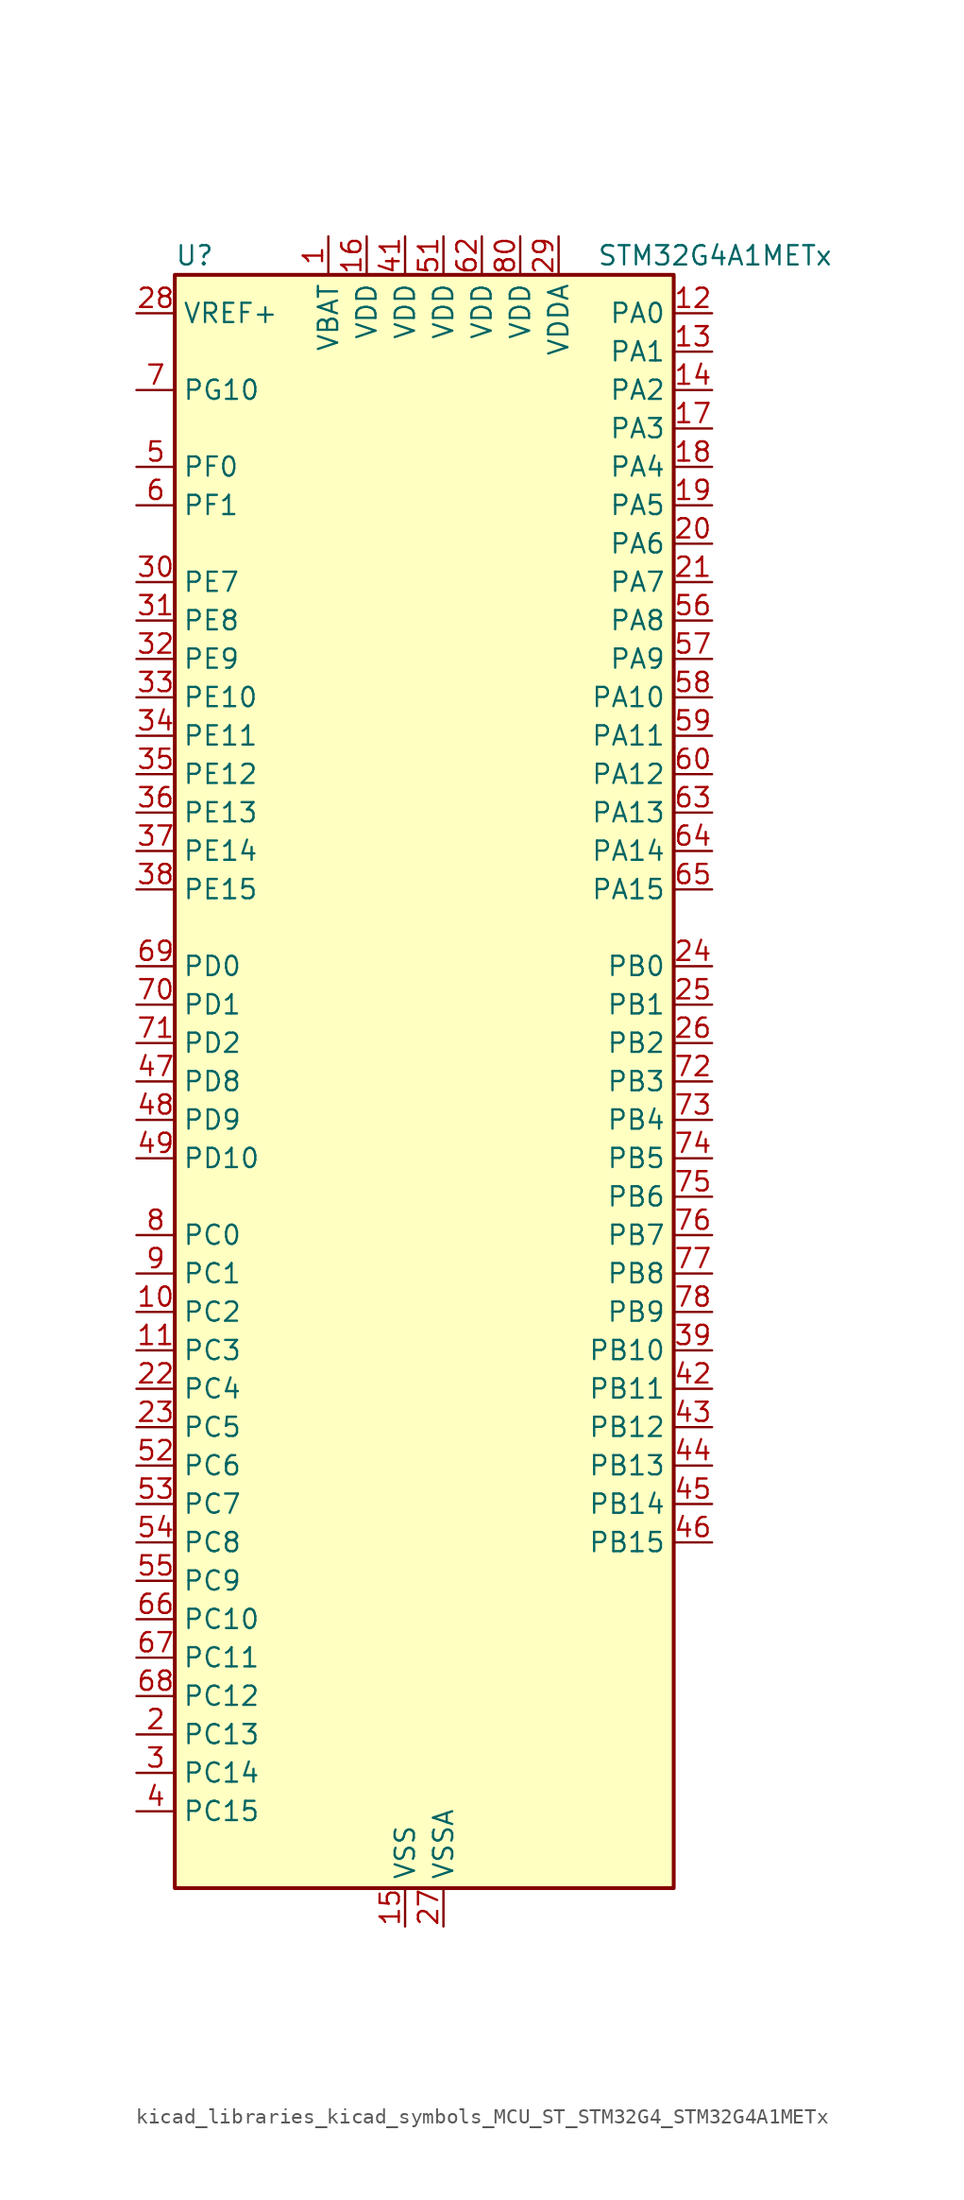
<source format=kicad_sym>
(kicad_symbol_lib
  (version 20220914)
  (generator kicad_symbol_editor)
  (symbol "kicad_libraries_kicad_symbols_MCU_ST_STM32G4_STM32G4A1METx"
    (property "Reference" "U"
      (at -15.24 54.61 0)
      (effects (font (size 1.27 1.27)) (justify left)))
    (property "Value" "STM32G4A1METx"
      (at 12.7 54.61 0)
      (effects (font (size 1.27 1.27)) (justify left)))
    (property "ki_locked" ""
      (at 0 0 0)
      (effects (font (size 1.27 1.27))))
    (symbol "kicad_libraries_kicad_symbols_MCU_ST_STM32G4_STM32G4A1METx_0_1"
      (rectangle (start -15.24 -53.34) (end 17.78 53.34) (stroke (width 0.254) (type default)) (fill (type background))))
    (symbol "kicad_libraries_kicad_symbols_MCU_ST_STM32G4_STM32G4A1METx_1_1"
      (pin power_in line (at -5.08 55.88 270) (length 2.54) (name "VBAT" (effects (font (size 1.27 1.27)))) (number "1" (effects (font (size 1.27 1.27)))))
      (pin bidirectional line (at -17.78 -15.24 0) (length 2.54) (name "PC2" (effects (font (size 1.27 1.27)))) (number "10" (effects (font (size 1.27 1.27)))) (alternate "ADC1_IN8" bidirectional line) (alternate "ADC2_IN8" bidirectional line) (alternate "ADC3_EXTI2" bidirectional line) (alternate "COMP3_OUT" bidirectional line) (alternate "LPTIM1_IN2" bidirectional line) (alternate "QUADSPI1_BK2_IO1" bidirectional line) (alternate "TIM1_CH3" bidirectional line) (alternate "TIM20_CH2" bidirectional line))
      (pin bidirectional line (at -17.78 -17.78 0) (length 2.54) (name "PC3" (effects (font (size 1.27 1.27)))) (number "11" (effects (font (size 1.27 1.27)))) (alternate "ADC1_IN9" bidirectional line) (alternate "ADC2_IN9" bidirectional line) (alternate "ADC3_EXTI3" bidirectional line) (alternate "LPTIM1_ETR" bidirectional line) (alternate "QUADSPI1_BK2_IO2" bidirectional line) (alternate "SAI1_D1" bidirectional line) (alternate "SAI1_SD_A" bidirectional line) (alternate "TIM1_BKIN2" bidirectional line) (alternate "TIM1_CH4" bidirectional line))
      (pin bidirectional line (at 20.32 50.8 180) (length 2.54) (name "PA0" (effects (font (size 1.27 1.27)))) (number "12" (effects (font (size 1.27 1.27)))) (alternate "ADC1_IN1" bidirectional line) (alternate "ADC2_IN1" bidirectional line) (alternate "COMP1_INM" bidirectional line) (alternate "COMP1_OUT" bidirectional line) (alternate "COMP3_INP" bidirectional line) (alternate "RTC_TAMP2" bidirectional line) (alternate "SYS_WKUP1" bidirectional line) (alternate "TIM2_CH1" bidirectional line) (alternate "TIM2_ETR" bidirectional line) (alternate "TIM8_BKIN" bidirectional line) (alternate "TIM8_ETR" bidirectional line) (alternate "USART2_CTS" bidirectional line) (alternate "USART2_NSS" bidirectional line))
      (pin bidirectional line (at 20.32 48.26 180) (length 2.54) (name "PA1" (effects (font (size 1.27 1.27)))) (number "13" (effects (font (size 1.27 1.27)))) (alternate "ADC1_IN2" bidirectional line) (alternate "ADC2_IN2" bidirectional line) (alternate "COMP1_INP" bidirectional line) (alternate "OPAMP1_VINP" bidirectional line) (alternate "OPAMP1_VINP_SEC" bidirectional line) (alternate "OPAMP3_VINP" bidirectional line) (alternate "OPAMP3_VINP_SEC" bidirectional line) (alternate "OPAMP6_VINM" bidirectional line) (alternate "OPAMP6_VINM0" bidirectional line) (alternate "OPAMP6_VINM_SEC" bidirectional line) (alternate "RTC_REFIN" bidirectional line) (alternate "TIM15_CH1N" bidirectional line) (alternate "TIM2_CH2" bidirectional line) (alternate "USART2_DE" bidirectional line) (alternate "USART2_RTS" bidirectional line))
      (pin bidirectional line (at 20.32 45.72 180) (length 2.54) (name "PA2" (effects (font (size 1.27 1.27)))) (number "14" (effects (font (size 1.27 1.27)))) (alternate "ADC1_IN3" bidirectional line) (alternate "ADC3_EXTI2" bidirectional line) (alternate "COMP2_INM" bidirectional line) (alternate "COMP2_OUT" bidirectional line) (alternate "LPUART1_TX" bidirectional line) (alternate "OPAMP1_VOUT" bidirectional line) (alternate "QUADSPI1_BK1_NCS" bidirectional line) (alternate "RCC_LSCO" bidirectional line) (alternate "SYS_WKUP4" bidirectional line) (alternate "TIM15_CH1" bidirectional line) (alternate "TIM2_CH3" bidirectional line) (alternate "UCPD1_FRSTX1" bidirectional line) (alternate "UCPD1_FRSTX2" bidirectional line) (alternate "USART2_TX" bidirectional line))
      (pin power_in line (at 0 -55.88 90) (length 2.54) (name "VSS" (effects (font (size 1.27 1.27)))) (number "15" (effects (font (size 1.27 1.27)))))
      (pin power_in line (at -2.54 55.88 270) (length 2.54) (name "VDD" (effects (font (size 1.27 1.27)))) (number "16" (effects (font (size 1.27 1.27)))))
      (pin bidirectional line (at 20.32 43.18 180) (length 2.54) (name "PA3" (effects (font (size 1.27 1.27)))) (number "17" (effects (font (size 1.27 1.27)))) (alternate "ADC1_IN4" bidirectional line) (alternate "ADC3_EXTI3" bidirectional line) (alternate "COMP2_INP" bidirectional line) (alternate "LPUART1_RX" bidirectional line) (alternate "OPAMP1_VINM" bidirectional line) (alternate "OPAMP1_VINM0" bidirectional line) (alternate "OPAMP1_VINM_SEC" bidirectional line) (alternate "OPAMP1_VINP" bidirectional line) (alternate "OPAMP1_VINP_SEC" bidirectional line) (alternate "QUADSPI1_CLK" bidirectional line) (alternate "SAI1_CK1" bidirectional line) (alternate "SAI1_MCLK_A" bidirectional line) (alternate "TIM15_CH2" bidirectional line) (alternate "TIM2_CH4" bidirectional line) (alternate "USART2_RX" bidirectional line))
      (pin bidirectional line (at 20.32 40.64 180) (length 2.54) (name "PA4" (effects (font (size 1.27 1.27)))) (number "18" (effects (font (size 1.27 1.27)))) (alternate "ADC2_IN17" bidirectional line) (alternate "COMP1_INM" bidirectional line) (alternate "DAC1_OUT1" bidirectional line) (alternate "I2S3_WS" bidirectional line) (alternate "SAI1_FS_B" bidirectional line) (alternate "SPI1_NSS" bidirectional line) (alternate "SPI3_NSS" bidirectional line) (alternate "TIM3_CH2" bidirectional line) (alternate "USART2_CK" bidirectional line))
      (pin bidirectional line (at 20.32 38.1 180) (length 2.54) (name "PA5" (effects (font (size 1.27 1.27)))) (number "19" (effects (font (size 1.27 1.27)))) (alternate "ADC2_IN13" bidirectional line) (alternate "COMP2_INM" bidirectional line) (alternate "DAC1_OUT2" bidirectional line) (alternate "OPAMP2_VINM" bidirectional line) (alternate "OPAMP2_VINM0" bidirectional line) (alternate "OPAMP2_VINM_SEC" bidirectional line) (alternate "SPI1_SCK" bidirectional line) (alternate "TIM2_CH1" bidirectional line) (alternate "TIM2_ETR" bidirectional line) (alternate "UCPD1_FRSTX1" bidirectional line) (alternate "UCPD1_FRSTX2" bidirectional line))
      (pin bidirectional line (at -17.78 -43.18 0) (length 2.54) (name "PC13" (effects (font (size 1.27 1.27)))) (number "2" (effects (font (size 1.27 1.27)))) (alternate "RTC_OUT1" bidirectional line) (alternate "RTC_TAMP1" bidirectional line) (alternate "RTC_TS" bidirectional line) (alternate "SYS_WKUP2" bidirectional line) (alternate "TIM1_BKIN" bidirectional line) (alternate "TIM1_CH1N" bidirectional line) (alternate "TIM8_CH4N" bidirectional line))
      (pin bidirectional line (at 20.32 35.56 180) (length 2.54) (name "PA6" (effects (font (size 1.27 1.27)))) (number "20" (effects (font (size 1.27 1.27)))) (alternate "ADC2_IN3" bidirectional line) (alternate "COMP1_OUT" bidirectional line) (alternate "LPUART1_CTS" bidirectional line) (alternate "OPAMP2_VOUT" bidirectional line) (alternate "QUADSPI1_BK1_IO3" bidirectional line) (alternate "SPI1_MISO" bidirectional line) (alternate "TIM16_CH1" bidirectional line) (alternate "TIM1_BKIN" bidirectional line) (alternate "TIM3_CH1" bidirectional line) (alternate "TIM8_BKIN" bidirectional line))
      (pin bidirectional line (at 20.32 33.02 180) (length 2.54) (name "PA7" (effects (font (size 1.27 1.27)))) (number "21" (effects (font (size 1.27 1.27)))) (alternate "ADC2_IN4" bidirectional line) (alternate "COMP2_INP" bidirectional line) (alternate "COMP2_OUT" bidirectional line) (alternate "OPAMP1_VINP" bidirectional line) (alternate "OPAMP1_VINP_SEC" bidirectional line) (alternate "OPAMP2_VINP" bidirectional line) (alternate "OPAMP2_VINP_SEC" bidirectional line) (alternate "QUADSPI1_BK1_IO2" bidirectional line) (alternate "SPI1_MOSI" bidirectional line) (alternate "TIM17_CH1" bidirectional line) (alternate "TIM1_CH1N" bidirectional line) (alternate "TIM3_CH2" bidirectional line) (alternate "TIM8_CH1N" bidirectional line) (alternate "UCPD1_FRSTX1" bidirectional line) (alternate "UCPD1_FRSTX2" bidirectional line))
      (pin bidirectional line (at -17.78 -20.32 0) (length 2.54) (name "PC4" (effects (font (size 1.27 1.27)))) (number "22" (effects (font (size 1.27 1.27)))) (alternate "ADC2_IN5" bidirectional line) (alternate "I2C2_SCL" bidirectional line) (alternate "QUADSPI1_BK2_IO3" bidirectional line) (alternate "TIM1_ETR" bidirectional line) (alternate "USART1_TX" bidirectional line))
      (pin bidirectional line (at -17.78 -22.86 0) (length 2.54) (name "PC5" (effects (font (size 1.27 1.27)))) (number "23" (effects (font (size 1.27 1.27)))) (alternate "ADC2_IN11" bidirectional line) (alternate "OPAMP1_VINM" bidirectional line) (alternate "OPAMP1_VINM1" bidirectional line) (alternate "OPAMP1_VINM_SEC" bidirectional line) (alternate "OPAMP2_VINM" bidirectional line) (alternate "OPAMP2_VINM1" bidirectional line) (alternate "OPAMP2_VINM_SEC" bidirectional line) (alternate "SAI1_D3" bidirectional line) (alternate "SYS_WKUP5" bidirectional line) (alternate "TIM15_BKIN" bidirectional line) (alternate "TIM1_CH4N" bidirectional line) (alternate "USART1_RX" bidirectional line))
      (pin bidirectional line (at 20.32 7.62 180) (length 2.54) (name "PB0" (effects (font (size 1.27 1.27)))) (number "24" (effects (font (size 1.27 1.27)))) (alternate "ADC1_IN15" bidirectional line) (alternate "ADC3_IN12" bidirectional line) (alternate "COMP4_INP" bidirectional line) (alternate "OPAMP2_VINP" bidirectional line) (alternate "OPAMP2_VINP_SEC" bidirectional line) (alternate "OPAMP3_VINP" bidirectional line) (alternate "OPAMP3_VINP_SEC" bidirectional line) (alternate "QUADSPI1_BK1_IO1" bidirectional line) (alternate "TIM1_CH2N" bidirectional line) (alternate "TIM3_CH3" bidirectional line) (alternate "TIM8_CH2N" bidirectional line) (alternate "UCPD1_FRSTX1" bidirectional line) (alternate "UCPD1_FRSTX2" bidirectional line))
      (pin bidirectional line (at 20.32 5.08 180) (length 2.54) (name "PB1" (effects (font (size 1.27 1.27)))) (number "25" (effects (font (size 1.27 1.27)))) (alternate "ADC1_IN12" bidirectional line) (alternate "ADC3_IN1" bidirectional line) (alternate "COMP1_INP" bidirectional line) (alternate "COMP4_OUT" bidirectional line) (alternate "LPUART1_DE" bidirectional line) (alternate "LPUART1_RTS" bidirectional line) (alternate "OPAMP3_VOUT" bidirectional line) (alternate "OPAMP6_VINM" bidirectional line) (alternate "OPAMP6_VINM1" bidirectional line) (alternate "OPAMP6_VINM_SEC" bidirectional line) (alternate "QUADSPI1_BK1_IO0" bidirectional line) (alternate "TIM1_CH3N" bidirectional line) (alternate "TIM3_CH4" bidirectional line) (alternate "TIM8_CH3N" bidirectional line))
      (pin bidirectional line (at 20.32 2.54 180) (length 2.54) (name "PB2" (effects (font (size 1.27 1.27)))) (number "26" (effects (font (size 1.27 1.27)))) (alternate "ADC2_IN12" bidirectional line) (alternate "ADC3_EXTI2" bidirectional line) (alternate "COMP4_INM" bidirectional line) (alternate "I2C3_SMBA" bidirectional line) (alternate "LPTIM1_OUT" bidirectional line) (alternate "OPAMP3_VINM" bidirectional line) (alternate "OPAMP3_VINM0" bidirectional line) (alternate "OPAMP3_VINM_SEC" bidirectional line) (alternate "QUADSPI1_BK2_IO1" bidirectional line) (alternate "RTC_OUT2" bidirectional line) (alternate "TIM20_CH1" bidirectional line))
      (pin power_in line (at 2.54 -55.88 90) (length 2.54) (name "VSSA" (effects (font (size 1.27 1.27)))) (number "27" (effects (font (size 1.27 1.27)))))
      (pin input line (at -17.78 50.8 0) (length 2.54) (name "VREF+" (effects (font (size 1.27 1.27)))) (number "28" (effects (font (size 1.27 1.27)))) (alternate "VREFBUF_OUT" bidirectional line))
      (pin power_in line (at 10.16 55.88 270) (length 2.54) (name "VDDA" (effects (font (size 1.27 1.27)))) (number "29" (effects (font (size 1.27 1.27)))))
      (pin bidirectional line (at -17.78 -45.72 0) (length 2.54) (name "PC14" (effects (font (size 1.27 1.27)))) (number "3" (effects (font (size 1.27 1.27)))) (alternate "RCC_OSC32_IN" bidirectional line))
      (pin bidirectional line (at -17.78 33.02 0) (length 2.54) (name "PE7" (effects (font (size 1.27 1.27)))) (number "30" (effects (font (size 1.27 1.27)))) (alternate "ADC3_IN4" bidirectional line) (alternate "COMP4_INP" bidirectional line) (alternate "SAI1_SD_B" bidirectional line) (alternate "TIM1_ETR" bidirectional line))
      (pin bidirectional line (at -17.78 30.48 0) (length 2.54) (name "PE8" (effects (font (size 1.27 1.27)))) (number "31" (effects (font (size 1.27 1.27)))) (alternate "ADC3_IN6" bidirectional line) (alternate "COMP4_INM" bidirectional line) (alternate "SAI1_SCK_B" bidirectional line) (alternate "TIM1_CH1N" bidirectional line))
      (pin bidirectional line (at -17.78 27.94 0) (length 2.54) (name "PE9" (effects (font (size 1.27 1.27)))) (number "32" (effects (font (size 1.27 1.27)))) (alternate "ADC3_IN2" bidirectional line) (alternate "DAC1_EXTI9" bidirectional line) (alternate "DAC3_EXTI9" bidirectional line) (alternate "SAI1_FS_B" bidirectional line) (alternate "TIM1_CH1" bidirectional line))
      (pin bidirectional line (at -17.78 25.4 0) (length 2.54) (name "PE10" (effects (font (size 1.27 1.27)))) (number "33" (effects (font (size 1.27 1.27)))) (alternate "ADC3_IN14" bidirectional line) (alternate "DAC1_EXTI10" bidirectional line) (alternate "DAC3_EXTI10" bidirectional line) (alternate "QUADSPI1_CLK" bidirectional line) (alternate "SAI1_MCLK_B" bidirectional line) (alternate "TIM1_CH2N" bidirectional line))
      (pin bidirectional line (at -17.78 22.86 0) (length 2.54) (name "PE11" (effects (font (size 1.27 1.27)))) (number "34" (effects (font (size 1.27 1.27)))) (alternate "ADC1_EXTI11" bidirectional line) (alternate "ADC2_EXTI11" bidirectional line) (alternate "ADC3_IN15" bidirectional line) (alternate "QUADSPI1_BK1_NCS" bidirectional line) (alternate "TIM1_CH2" bidirectional line))
      (pin bidirectional line (at -17.78 20.32 0) (length 2.54) (name "PE12" (effects (font (size 1.27 1.27)))) (number "35" (effects (font (size 1.27 1.27)))) (alternate "ADC3_IN16" bidirectional line) (alternate "QUADSPI1_BK1_IO0" bidirectional line) (alternate "TIM1_CH3N" bidirectional line))
      (pin bidirectional line (at -17.78 17.78 0) (length 2.54) (name "PE13" (effects (font (size 1.27 1.27)))) (number "36" (effects (font (size 1.27 1.27)))) (alternate "ADC3_IN3" bidirectional line) (alternate "QUADSPI1_BK1_IO1" bidirectional line) (alternate "TIM1_CH3" bidirectional line))
      (pin bidirectional line (at -17.78 15.24 0) (length 2.54) (name "PE14" (effects (font (size 1.27 1.27)))) (number "37" (effects (font (size 1.27 1.27)))) (alternate "QUADSPI1_BK1_IO2" bidirectional line) (alternate "TIM1_BKIN2" bidirectional line) (alternate "TIM1_CH4" bidirectional line))
      (pin bidirectional line (at -17.78 12.7 0) (length 2.54) (name "PE15" (effects (font (size 1.27 1.27)))) (number "38" (effects (font (size 1.27 1.27)))) (alternate "ADC1_EXTI15" bidirectional line) (alternate "ADC2_EXTI15" bidirectional line) (alternate "QUADSPI1_BK1_IO3" bidirectional line) (alternate "TIM1_BKIN" bidirectional line) (alternate "TIM1_CH4N" bidirectional line) (alternate "USART3_RX" bidirectional line))
      (pin bidirectional line (at 20.32 -17.78 180) (length 2.54) (name "PB10" (effects (font (size 1.27 1.27)))) (number "39" (effects (font (size 1.27 1.27)))) (alternate "DAC1_EXTI10" bidirectional line) (alternate "DAC3_EXTI10" bidirectional line) (alternate "LPUART1_RX" bidirectional line) (alternate "OPAMP3_VINM" bidirectional line) (alternate "OPAMP3_VINM1" bidirectional line) (alternate "OPAMP3_VINM_SEC" bidirectional line) (alternate "QUADSPI1_CLK" bidirectional line) (alternate "SAI1_SCK_A" bidirectional line) (alternate "TIM1_BKIN" bidirectional line) (alternate "TIM2_CH3" bidirectional line) (alternate "USART3_TX" bidirectional line))
      (pin bidirectional line (at -17.78 -48.26 0) (length 2.54) (name "PC15" (effects (font (size 1.27 1.27)))) (number "4" (effects (font (size 1.27 1.27)))) (alternate "ADC1_EXTI15" bidirectional line) (alternate "ADC2_EXTI15" bidirectional line) (alternate "RCC_OSC32_OUT" bidirectional line))
      (pin passive line (at 0 -55.88 90) (length 2.54) hide (name "VSS" (effects (font (size 1.27 1.27)))) (number "40" (effects (font (size 1.27 1.27)))))
      (pin power_in line (at 0 55.88 270) (length 2.54) (name "VDD" (effects (font (size 1.27 1.27)))) (number "41" (effects (font (size 1.27 1.27)))))
      (pin bidirectional line (at 20.32 -20.32 180) (length 2.54) (name "PB11" (effects (font (size 1.27 1.27)))) (number "42" (effects (font (size 1.27 1.27)))) (alternate "ADC1_EXTI11" bidirectional line) (alternate "ADC1_IN14" bidirectional line) (alternate "ADC2_EXTI11" bidirectional line) (alternate "ADC2_IN14" bidirectional line) (alternate "LPUART1_TX" bidirectional line) (alternate "OPAMP6_VOUT" bidirectional line) (alternate "QUADSPI1_BK1_NCS" bidirectional line) (alternate "TIM2_CH4" bidirectional line) (alternate "USART3_RX" bidirectional line))
      (pin bidirectional line (at 20.32 -22.86 180) (length 2.54) (name "PB12" (effects (font (size 1.27 1.27)))) (number "43" (effects (font (size 1.27 1.27)))) (alternate "ADC1_IN11" bidirectional line) (alternate "FDCAN2_RX" bidirectional line) (alternate "I2C2_SMBA" bidirectional line) (alternate "I2S2_WS" bidirectional line) (alternate "LPUART1_DE" bidirectional line) (alternate "LPUART1_RTS" bidirectional line) (alternate "OPAMP6_VINP" bidirectional line) (alternate "OPAMP6_VINP_SEC" bidirectional line) (alternate "SPI2_NSS" bidirectional line) (alternate "TIM1_BKIN" bidirectional line) (alternate "USART3_CK" bidirectional line))
      (pin bidirectional line (at 20.32 -25.4 180) (length 2.54) (name "PB13" (effects (font (size 1.27 1.27)))) (number "44" (effects (font (size 1.27 1.27)))) (alternate "ADC3_IN5" bidirectional line) (alternate "FDCAN2_TX" bidirectional line) (alternate "I2S2_CK" bidirectional line) (alternate "LPUART1_CTS" bidirectional line) (alternate "OPAMP3_VINP" bidirectional line) (alternate "OPAMP3_VINP_SEC" bidirectional line) (alternate "OPAMP6_VINP" bidirectional line) (alternate "OPAMP6_VINP_SEC" bidirectional line) (alternate "SPI2_SCK" bidirectional line) (alternate "TIM1_CH1N" bidirectional line) (alternate "USART3_CTS" bidirectional line) (alternate "USART3_NSS" bidirectional line))
      (pin bidirectional line (at 20.32 -27.94 180) (length 2.54) (name "PB14" (effects (font (size 1.27 1.27)))) (number "45" (effects (font (size 1.27 1.27)))) (alternate "ADC1_IN5" bidirectional line) (alternate "COMP4_OUT" bidirectional line) (alternate "OPAMP2_VINP" bidirectional line) (alternate "OPAMP2_VINP_SEC" bidirectional line) (alternate "SPI2_MISO" bidirectional line) (alternate "TIM15_CH1" bidirectional line) (alternate "TIM1_CH2N" bidirectional line) (alternate "USART3_DE" bidirectional line) (alternate "USART3_RTS" bidirectional line))
      (pin bidirectional line (at 20.32 -30.48 180) (length 2.54) (name "PB15" (effects (font (size 1.27 1.27)))) (number "46" (effects (font (size 1.27 1.27)))) (alternate "ADC1_EXTI15" bidirectional line) (alternate "ADC2_EXTI15" bidirectional line) (alternate "ADC2_IN15" bidirectional line) (alternate "COMP3_OUT" bidirectional line) (alternate "I2S2_SD" bidirectional line) (alternate "RTC_REFIN" bidirectional line) (alternate "SPI2_MOSI" bidirectional line) (alternate "TIM15_CH1N" bidirectional line) (alternate "TIM15_CH2" bidirectional line) (alternate "TIM1_CH3N" bidirectional line))
      (pin bidirectional line (at -17.78 0 0) (length 2.54) (name "PD8" (effects (font (size 1.27 1.27)))) (number "47" (effects (font (size 1.27 1.27)))) (alternate "USART3_TX" bidirectional line))
      (pin bidirectional line (at -17.78 -2.54 0) (length 2.54) (name "PD9" (effects (font (size 1.27 1.27)))) (number "48" (effects (font (size 1.27 1.27)))) (alternate "DAC1_EXTI9" bidirectional line) (alternate "DAC3_EXTI9" bidirectional line) (alternate "OPAMP6_VINP" bidirectional line) (alternate "OPAMP6_VINP_SEC" bidirectional line) (alternate "USART3_RX" bidirectional line))
      (pin bidirectional line (at -17.78 -5.08 0) (length 2.54) (name "PD10" (effects (font (size 1.27 1.27)))) (number "49" (effects (font (size 1.27 1.27)))) (alternate "ADC3_IN7" bidirectional line) (alternate "DAC1_EXTI10" bidirectional line) (alternate "DAC3_EXTI10" bidirectional line) (alternate "USART3_CK" bidirectional line))
      (pin bidirectional line (at -17.78 40.64 0) (length 2.54) (name "PF0" (effects (font (size 1.27 1.27)))) (number "5" (effects (font (size 1.27 1.27)))) (alternate "ADC1_IN10" bidirectional line) (alternate "I2C2_SDA" bidirectional line) (alternate "I2S2_WS" bidirectional line) (alternate "RCC_OSC_IN" bidirectional line) (alternate "SPI2_NSS" bidirectional line) (alternate "TIM1_CH3N" bidirectional line))
      (pin passive line (at 0 -55.88 90) (length 2.54) hide (name "VSS" (effects (font (size 1.27 1.27)))) (number "50" (effects (font (size 1.27 1.27)))))
      (pin power_in line (at 2.54 55.88 270) (length 2.54) (name "VDD" (effects (font (size 1.27 1.27)))) (number "51" (effects (font (size 1.27 1.27)))))
      (pin bidirectional line (at -17.78 -25.4 0) (length 2.54) (name "PC6" (effects (font (size 1.27 1.27)))) (number "52" (effects (font (size 1.27 1.27)))) (alternate "I2S2_MCK" bidirectional line) (alternate "TIM3_CH1" bidirectional line) (alternate "TIM8_CH1" bidirectional line))
      (pin bidirectional line (at -17.78 -27.94 0) (length 2.54) (name "PC7" (effects (font (size 1.27 1.27)))) (number "53" (effects (font (size 1.27 1.27)))) (alternate "I2S3_MCK" bidirectional line) (alternate "TIM3_CH2" bidirectional line) (alternate "TIM8_CH2" bidirectional line))
      (pin bidirectional line (at -17.78 -30.48 0) (length 2.54) (name "PC8" (effects (font (size 1.27 1.27)))) (number "54" (effects (font (size 1.27 1.27)))) (alternate "I2C3_SCL" bidirectional line) (alternate "TIM20_CH3" bidirectional line) (alternate "TIM3_CH3" bidirectional line) (alternate "TIM8_CH3" bidirectional line))
      (pin bidirectional line (at -17.78 -33.02 0) (length 2.54) (name "PC9" (effects (font (size 1.27 1.27)))) (number "55" (effects (font (size 1.27 1.27)))) (alternate "DAC1_EXTI9" bidirectional line) (alternate "DAC3_EXTI9" bidirectional line) (alternate "I2C3_SDA" bidirectional line) (alternate "I2S_CKIN" bidirectional line) (alternate "TIM3_CH4" bidirectional line) (alternate "TIM8_BKIN2" bidirectional line) (alternate "TIM8_CH4" bidirectional line))
      (pin bidirectional line (at 20.32 30.48 180) (length 2.54) (name "PA8" (effects (font (size 1.27 1.27)))) (number "56" (effects (font (size 1.27 1.27)))) (alternate "I2C2_SDA" bidirectional line) (alternate "I2C3_SCL" bidirectional line) (alternate "I2S2_MCK" bidirectional line) (alternate "RCC_MCO" bidirectional line) (alternate "SAI1_CK2" bidirectional line) (alternate "SAI1_SCK_A" bidirectional line) (alternate "TIM1_CH1" bidirectional line) (alternate "TIM4_ETR" bidirectional line) (alternate "USART1_CK" bidirectional line))
      (pin bidirectional line (at 20.32 27.94 180) (length 2.54) (name "PA9" (effects (font (size 1.27 1.27)))) (number "57" (effects (font (size 1.27 1.27)))) (alternate "DAC1_EXTI9" bidirectional line) (alternate "DAC3_EXTI9" bidirectional line) (alternate "I2C2_SCL" bidirectional line) (alternate "I2C3_SMBA" bidirectional line) (alternate "I2S3_MCK" bidirectional line) (alternate "SAI1_FS_A" bidirectional line) (alternate "TIM15_BKIN" bidirectional line) (alternate "TIM1_CH2" bidirectional line) (alternate "TIM2_CH3" bidirectional line) (alternate "UCPD1_DBCC1" bidirectional line) (alternate "USART1_TX" bidirectional line))
      (pin bidirectional line (at 20.32 25.4 180) (length 2.54) (name "PA10" (effects (font (size 1.27 1.27)))) (number "58" (effects (font (size 1.27 1.27)))) (alternate "CRS_SYNC" bidirectional line) (alternate "DAC1_EXTI10" bidirectional line) (alternate "DAC3_EXTI10" bidirectional line) (alternate "I2C2_SMBA" bidirectional line) (alternate "SAI1_D1" bidirectional line) (alternate "SAI1_SD_A" bidirectional line) (alternate "SPI2_MISO" bidirectional line) (alternate "TIM17_BKIN" bidirectional line) (alternate "TIM1_CH3" bidirectional line) (alternate "TIM2_CH4" bidirectional line) (alternate "TIM8_BKIN" bidirectional line) (alternate "UCPD1_DBCC2" bidirectional line) (alternate "USART1_RX" bidirectional line))
      (pin bidirectional line (at 20.32 22.86 180) (length 2.54) (name "PA11" (effects (font (size 1.27 1.27)))) (number "59" (effects (font (size 1.27 1.27)))) (alternate "ADC1_EXTI11" bidirectional line) (alternate "ADC2_EXTI11" bidirectional line) (alternate "COMP1_OUT" bidirectional line) (alternate "FDCAN1_RX" bidirectional line) (alternate "I2S2_SD" bidirectional line) (alternate "SPI2_MOSI" bidirectional line) (alternate "TIM1_BKIN2" bidirectional line) (alternate "TIM1_CH1N" bidirectional line) (alternate "TIM1_CH4" bidirectional line) (alternate "TIM4_CH1" bidirectional line) (alternate "USART1_CTS" bidirectional line) (alternate "USART1_NSS" bidirectional line) (alternate "USB_DM" bidirectional line))
      (pin bidirectional line (at -17.78 38.1 0) (length 2.54) (name "PF1" (effects (font (size 1.27 1.27)))) (number "6" (effects (font (size 1.27 1.27)))) (alternate "ADC2_IN10" bidirectional line) (alternate "COMP3_INM" bidirectional line) (alternate "I2S2_CK" bidirectional line) (alternate "RCC_OSC_OUT" bidirectional line) (alternate "SPI2_SCK" bidirectional line))
      (pin bidirectional line (at 20.32 20.32 180) (length 2.54) (name "PA12" (effects (font (size 1.27 1.27)))) (number "60" (effects (font (size 1.27 1.27)))) (alternate "COMP2_OUT" bidirectional line) (alternate "FDCAN1_TX" bidirectional line) (alternate "I2S_CKIN" bidirectional line) (alternate "TIM16_CH1" bidirectional line) (alternate "TIM1_CH2N" bidirectional line) (alternate "TIM1_ETR" bidirectional line) (alternate "TIM4_CH2" bidirectional line) (alternate "USART1_DE" bidirectional line) (alternate "USART1_RTS" bidirectional line) (alternate "USB_DP" bidirectional line))
      (pin passive line (at 0 -55.88 90) (length 2.54) hide (name "VSS" (effects (font (size 1.27 1.27)))) (number "61" (effects (font (size 1.27 1.27)))))
      (pin power_in line (at 5.08 55.88 270) (length 2.54) (name "VDD" (effects (font (size 1.27 1.27)))) (number "62" (effects (font (size 1.27 1.27)))))
      (pin bidirectional line (at 20.32 17.78 180) (length 2.54) (name "PA13" (effects (font (size 1.27 1.27)))) (number "63" (effects (font (size 1.27 1.27)))) (alternate "I2C1_SCL" bidirectional line) (alternate "IR_OUT" bidirectional line) (alternate "SAI1_SD_B" bidirectional line) (alternate "SYS_JTMS-SWDIO" bidirectional line) (alternate "TIM16_CH1N" bidirectional line) (alternate "TIM4_CH3" bidirectional line) (alternate "USART3_CTS" bidirectional line) (alternate "USART3_NSS" bidirectional line))
      (pin bidirectional line (at 20.32 15.24 180) (length 2.54) (name "PA14" (effects (font (size 1.27 1.27)))) (number "64" (effects (font (size 1.27 1.27)))) (alternate "I2C1_SDA" bidirectional line) (alternate "LPTIM1_OUT" bidirectional line) (alternate "SAI1_FS_B" bidirectional line) (alternate "SYS_JTCK-SWCLK" bidirectional line) (alternate "TIM1_BKIN" bidirectional line) (alternate "TIM8_CH2" bidirectional line) (alternate "USART2_TX" bidirectional line))
      (pin bidirectional line (at 20.32 12.7 180) (length 2.54) (name "PA15" (effects (font (size 1.27 1.27)))) (number "65" (effects (font (size 1.27 1.27)))) (alternate "ADC1_EXTI15" bidirectional line) (alternate "ADC2_EXTI15" bidirectional line) (alternate "I2C1_SCL" bidirectional line) (alternate "I2S3_WS" bidirectional line) (alternate "SPI1_NSS" bidirectional line) (alternate "SPI3_NSS" bidirectional line) (alternate "SYS_JTDI" bidirectional line) (alternate "TIM1_BKIN" bidirectional line) (alternate "TIM20_ETR" bidirectional line) (alternate "TIM2_CH1" bidirectional line) (alternate "TIM2_ETR" bidirectional line) (alternate "TIM8_CH1" bidirectional line) (alternate "UART4_DE" bidirectional line) (alternate "UART4_RTS" bidirectional line) (alternate "USART2_RX" bidirectional line))
      (pin bidirectional line (at -17.78 -35.56 0) (length 2.54) (name "PC10" (effects (font (size 1.27 1.27)))) (number "66" (effects (font (size 1.27 1.27)))) (alternate "DAC1_EXTI10" bidirectional line) (alternate "DAC3_EXTI10" bidirectional line) (alternate "I2S3_CK" bidirectional line) (alternate "SPI3_SCK" bidirectional line) (alternate "TIM8_CH1N" bidirectional line) (alternate "UART4_TX" bidirectional line) (alternate "USART3_TX" bidirectional line))
      (pin bidirectional line (at -17.78 -38.1 0) (length 2.54) (name "PC11" (effects (font (size 1.27 1.27)))) (number "67" (effects (font (size 1.27 1.27)))) (alternate "ADC1_EXTI11" bidirectional line) (alternate "ADC2_EXTI11" bidirectional line) (alternate "I2C3_SDA" bidirectional line) (alternate "SPI3_MISO" bidirectional line) (alternate "TIM8_CH2N" bidirectional line) (alternate "UART4_RX" bidirectional line) (alternate "USART3_RX" bidirectional line))
      (pin bidirectional line (at -17.78 -40.64 0) (length 2.54) (name "PC12" (effects (font (size 1.27 1.27)))) (number "68" (effects (font (size 1.27 1.27)))) (alternate "I2S3_SD" bidirectional line) (alternate "SPI3_MOSI" bidirectional line) (alternate "TIM8_CH3N" bidirectional line) (alternate "UART5_TX" bidirectional line) (alternate "UCPD1_FRSTX1" bidirectional line) (alternate "UCPD1_FRSTX2" bidirectional line) (alternate "USART3_CK" bidirectional line))
      (pin bidirectional line (at -17.78 7.62 0) (length 2.54) (name "PD0" (effects (font (size 1.27 1.27)))) (number "69" (effects (font (size 1.27 1.27)))) (alternate "FDCAN1_RX" bidirectional line) (alternate "TIM8_CH4N" bidirectional line))
      (pin bidirectional line (at -17.78 45.72 0) (length 2.54) (name "PG10" (effects (font (size 1.27 1.27)))) (number "7" (effects (font (size 1.27 1.27)))) (alternate "DAC1_EXTI10" bidirectional line) (alternate "DAC3_EXTI10" bidirectional line) (alternate "RCC_MCO" bidirectional line))
      (pin bidirectional line (at -17.78 5.08 0) (length 2.54) (name "PD1" (effects (font (size 1.27 1.27)))) (number "70" (effects (font (size 1.27 1.27)))) (alternate "FDCAN1_TX" bidirectional line) (alternate "TIM8_BKIN2" bidirectional line) (alternate "TIM8_CH4" bidirectional line))
      (pin bidirectional line (at -17.78 2.54 0) (length 2.54) (name "PD2" (effects (font (size 1.27 1.27)))) (number "71" (effects (font (size 1.27 1.27)))) (alternate "ADC3_EXTI2" bidirectional line) (alternate "TIM3_ETR" bidirectional line) (alternate "TIM8_BKIN" bidirectional line) (alternate "UART5_RX" bidirectional line))
      (pin bidirectional line (at 20.32 0 180) (length 2.54) (name "PB3" (effects (font (size 1.27 1.27)))) (number "72" (effects (font (size 1.27 1.27)))) (alternate "ADC3_EXTI3" bidirectional line) (alternate "CRS_SYNC" bidirectional line) (alternate "I2S3_CK" bidirectional line) (alternate "SAI1_SCK_B" bidirectional line) (alternate "SPI1_SCK" bidirectional line) (alternate "SPI3_SCK" bidirectional line) (alternate "SYS_JTDO-SWO" bidirectional line) (alternate "TIM2_CH2" bidirectional line) (alternate "TIM3_ETR" bidirectional line) (alternate "TIM4_ETR" bidirectional line) (alternate "TIM8_CH1N" bidirectional line) (alternate "USART2_TX" bidirectional line))
      (pin bidirectional line (at 20.32 -2.54 180) (length 2.54) (name "PB4" (effects (font (size 1.27 1.27)))) (number "73" (effects (font (size 1.27 1.27)))) (alternate "SAI1_MCLK_B" bidirectional line) (alternate "SPI1_MISO" bidirectional line) (alternate "SPI3_MISO" bidirectional line) (alternate "SYS_JTRST" bidirectional line) (alternate "TIM16_CH1" bidirectional line) (alternate "TIM17_BKIN" bidirectional line) (alternate "TIM3_CH1" bidirectional line) (alternate "TIM8_CH2N" bidirectional line) (alternate "UART5_DE" bidirectional line) (alternate "UART5_RTS" bidirectional line) (alternate "UCPD1_CC2" bidirectional line) (alternate "USART2_RX" bidirectional line))
      (pin bidirectional line (at 20.32 -5.08 180) (length 2.54) (name "PB5" (effects (font (size 1.27 1.27)))) (number "74" (effects (font (size 1.27 1.27)))) (alternate "FDCAN2_RX" bidirectional line) (alternate "I2C1_SMBA" bidirectional line) (alternate "I2C3_SDA" bidirectional line) (alternate "I2S3_SD" bidirectional line) (alternate "LPTIM1_IN1" bidirectional line) (alternate "SAI1_SD_B" bidirectional line) (alternate "SPI1_MOSI" bidirectional line) (alternate "SPI3_MOSI" bidirectional line) (alternate "TIM16_BKIN" bidirectional line) (alternate "TIM17_CH1" bidirectional line) (alternate "TIM3_CH2" bidirectional line) (alternate "TIM8_CH3N" bidirectional line) (alternate "UART5_CTS" bidirectional line) (alternate "USART2_CK" bidirectional line))
      (pin bidirectional line (at 20.32 -7.62 180) (length 2.54) (name "PB6" (effects (font (size 1.27 1.27)))) (number "75" (effects (font (size 1.27 1.27)))) (alternate "COMP4_OUT" bidirectional line) (alternate "FDCAN2_TX" bidirectional line) (alternate "LPTIM1_ETR" bidirectional line) (alternate "SAI1_FS_B" bidirectional line) (alternate "TIM16_CH1N" bidirectional line) (alternate "TIM4_CH1" bidirectional line) (alternate "TIM8_BKIN2" bidirectional line) (alternate "TIM8_CH1" bidirectional line) (alternate "TIM8_ETR" bidirectional line) (alternate "UCPD1_CC1" bidirectional line) (alternate "USART1_TX" bidirectional line))
      (pin bidirectional line (at 20.32 -10.16 180) (length 2.54) (name "PB7" (effects (font (size 1.27 1.27)))) (number "76" (effects (font (size 1.27 1.27)))) (alternate "COMP3_OUT" bidirectional line) (alternate "I2C1_SDA" bidirectional line) (alternate "LPTIM1_IN2" bidirectional line) (alternate "SYS_PVD_IN" bidirectional line) (alternate "TIM17_CH1N" bidirectional line) (alternate "TIM3_CH4" bidirectional line) (alternate "TIM4_CH2" bidirectional line) (alternate "TIM8_BKIN" bidirectional line) (alternate "UART4_CTS" bidirectional line) (alternate "USART1_RX" bidirectional line))
      (pin bidirectional line (at 20.32 -12.7 180) (length 2.54) (name "PB8" (effects (font (size 1.27 1.27)))) (number "77" (effects (font (size 1.27 1.27)))) (alternate "COMP1_OUT" bidirectional line) (alternate "FDCAN1_RX" bidirectional line) (alternate "I2C1_SCL" bidirectional line) (alternate "SAI1_CK1" bidirectional line) (alternate "SAI1_MCLK_A" bidirectional line) (alternate "TIM16_CH1" bidirectional line) (alternate "TIM1_BKIN" bidirectional line) (alternate "TIM4_CH3" bidirectional line) (alternate "TIM8_CH2" bidirectional line) (alternate "USART3_RX" bidirectional line))
      (pin bidirectional line (at 20.32 -15.24 180) (length 2.54) (name "PB9" (effects (font (size 1.27 1.27)))) (number "78" (effects (font (size 1.27 1.27)))) (alternate "COMP2_OUT" bidirectional line) (alternate "DAC1_EXTI9" bidirectional line) (alternate "DAC3_EXTI9" bidirectional line) (alternate "FDCAN1_TX" bidirectional line) (alternate "I2C1_SDA" bidirectional line) (alternate "IR_OUT" bidirectional line) (alternate "SAI1_D2" bidirectional line) (alternate "SAI1_FS_A" bidirectional line) (alternate "TIM17_CH1" bidirectional line) (alternate "TIM1_CH3N" bidirectional line) (alternate "TIM4_CH4" bidirectional line) (alternate "TIM8_CH3" bidirectional line) (alternate "USART3_TX" bidirectional line))
      (pin passive line (at 0 -55.88 90) (length 2.54) hide (name "VSS" (effects (font (size 1.27 1.27)))) (number "79" (effects (font (size 1.27 1.27)))))
      (pin bidirectional line (at -17.78 -10.16 0) (length 2.54) (name "PC0" (effects (font (size 1.27 1.27)))) (number "8" (effects (font (size 1.27 1.27)))) (alternate "ADC1_IN6" bidirectional line) (alternate "ADC2_IN6" bidirectional line) (alternate "COMP3_INM" bidirectional line) (alternate "LPTIM1_IN1" bidirectional line) (alternate "LPUART1_RX" bidirectional line) (alternate "TIM1_CH1" bidirectional line))
      (pin power_in line (at 7.62 55.88 270) (length 2.54) (name "VDD" (effects (font (size 1.27 1.27)))) (number "80" (effects (font (size 1.27 1.27)))))
      (pin bidirectional line (at -17.78 -12.7 0) (length 2.54) (name "PC1" (effects (font (size 1.27 1.27)))) (number "9" (effects (font (size 1.27 1.27)))) (alternate "ADC1_IN7" bidirectional line) (alternate "ADC2_IN7" bidirectional line) (alternate "COMP3_INP" bidirectional line) (alternate "LPTIM1_OUT" bidirectional line) (alternate "LPUART1_TX" bidirectional line) (alternate "QUADSPI1_BK2_IO0" bidirectional line) (alternate "SAI1_SD_A" bidirectional line) (alternate "TIM1_CH2" bidirectional line)))))
</source>
